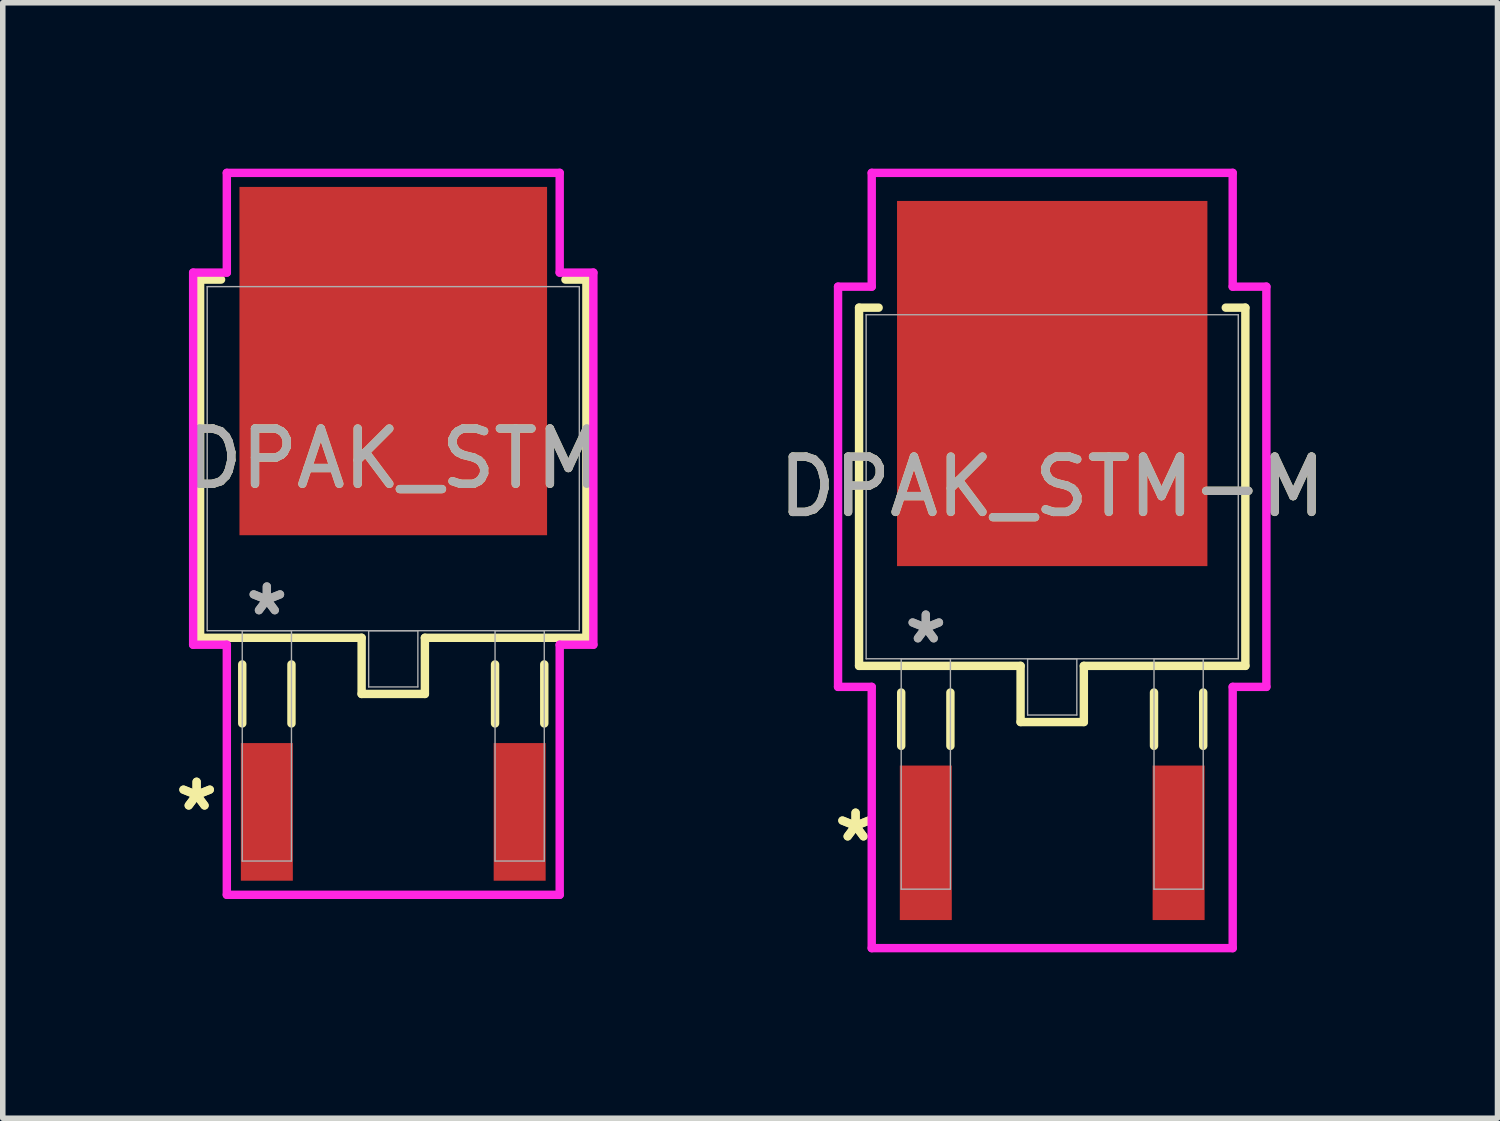
<source format=kicad_pcb>
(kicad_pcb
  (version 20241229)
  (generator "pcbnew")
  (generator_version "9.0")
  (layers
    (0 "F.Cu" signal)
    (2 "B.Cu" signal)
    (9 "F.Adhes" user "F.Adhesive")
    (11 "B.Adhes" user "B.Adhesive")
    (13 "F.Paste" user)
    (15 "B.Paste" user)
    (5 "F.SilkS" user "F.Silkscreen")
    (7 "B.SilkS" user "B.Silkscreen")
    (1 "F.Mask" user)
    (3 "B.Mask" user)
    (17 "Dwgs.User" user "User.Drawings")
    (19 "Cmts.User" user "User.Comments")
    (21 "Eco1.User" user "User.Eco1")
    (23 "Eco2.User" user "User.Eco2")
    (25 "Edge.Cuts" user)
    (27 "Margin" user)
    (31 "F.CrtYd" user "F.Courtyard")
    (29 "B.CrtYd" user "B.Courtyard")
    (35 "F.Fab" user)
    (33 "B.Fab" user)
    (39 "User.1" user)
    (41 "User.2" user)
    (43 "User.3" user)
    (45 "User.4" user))
  (footprint "DPAK_STM"
    (layer "F.Cu")
    (at 4.062 5.245)
    (property "Reference" "DPAK_STM" (at 0 0 0) (unlocked yes) (layer "F.SilkS") (effects (font (size 1 1) (thickness 0.15))))
    (attr smd)
    (fp_line (start -3.493 -3.239) (end -3.493 3.239) (stroke (width 0.152) (type solid)) (layer "F.SilkS"))
    (fp_line (start -3.493 3.239) (end -0.572 3.239) (stroke (width 0.152) (type solid)) (layer "F.SilkS"))
    (fp_line (start -3.114 -3.239) (end -3.493 -3.239) (stroke (width 0.152) (type solid)) (layer "F.SilkS"))
    (fp_line (start -2.731 3.721) (end -2.731 4.788) (stroke (width 0.152) (type solid)) (layer "F.SilkS"))
    (fp_line (start -1.841 3.721) (end -1.841 4.788) (stroke (width 0.152) (type solid)) (layer "F.SilkS"))
    (fp_line (start -0.572 3.239) (end -0.572 4.255) (stroke (width 0.152) (type solid)) (layer "F.SilkS"))
    (fp_line (start -0.572 4.255) (end 0.572 4.255) (stroke (width 0.152) (type solid)) (layer "F.SilkS"))
    (fp_line (start 0.572 3.239) (end 3.493 3.239) (stroke (width 0.152) (type solid)) (layer "F.SilkS"))
    (fp_line (start 0.572 4.255) (end 0.572 3.239) (stroke (width 0.152) (type solid)) (layer "F.SilkS"))
    (fp_line (start 1.841 3.721) (end 1.841 4.788) (stroke (width 0.152) (type solid)) (layer "F.SilkS"))
    (fp_line (start 2.731 3.721) (end 2.731 4.788) (stroke (width 0.152) (type solid)) (layer "F.SilkS"))
    (fp_line (start 3.493 -3.239) (end 3.114 -3.239) (stroke (width 0.152) (type solid)) (layer "F.SilkS"))
    (fp_line (start 3.493 3.239) (end 3.493 -3.239) (stroke (width 0.152) (type solid)) (layer "F.SilkS"))
    (fp_line (start -3.619 -3.365) (end -3.01 -3.365) (stroke (width 0.152) (type solid)) (layer "F.CrtYd"))
    (fp_line (start -3.619 3.365) (end -3.619 -3.365) (stroke (width 0.152) (type solid)) (layer "F.CrtYd"))
    (fp_line (start -3.01 -5.169) (end 3.01 -5.169) (stroke (width 0.152) (type solid)) (layer "F.CrtYd"))
    (fp_line (start -3.01 -3.365) (end -3.01 -5.169) (stroke (width 0.152) (type solid)) (layer "F.CrtYd"))
    (fp_line (start -3.01 3.365) (end -3.619 3.365) (stroke (width 0.152) (type solid)) (layer "F.CrtYd"))
    (fp_line (start -3.01 7.887) (end -3.01 3.365) (stroke (width 0.152) (type solid)) (layer "F.CrtYd"))
    (fp_line (start 3.01 -5.169) (end 3.01 -3.365) (stroke (width 0.152) (type solid)) (layer "F.CrtYd"))
    (fp_line (start 3.01 -3.365) (end 3.619 -3.365) (stroke (width 0.152) (type solid)) (layer "F.CrtYd"))
    (fp_line (start 3.01 3.365) (end 3.01 7.887) (stroke (width 0.152) (type solid)) (layer "F.CrtYd"))
    (fp_line (start 3.01 7.887) (end -3.01 7.887) (stroke (width 0.152) (type solid)) (layer "F.CrtYd"))
    (fp_line (start 3.619 -3.365) (end 3.619 3.365) (stroke (width 0.152) (type solid)) (layer "F.CrtYd"))
    (fp_line (start 3.619 3.365) (end 3.01 3.365) (stroke (width 0.152) (type solid)) (layer "F.CrtYd"))
    (fp_line (start -3.365 -3.111) (end -3.365 3.111) (stroke (width 0.025) (type solid)) (layer "F.Fab"))
    (fp_line (start -3.365 3.111) (end 3.365 3.111) (stroke (width 0.025) (type solid)) (layer "F.Fab"))
    (fp_line (start -2.731 3.111) (end -2.731 7.277) (stroke (width 0.025) (type solid)) (layer "F.Fab"))
    (fp_line (start -2.731 7.277) (end -1.841 7.277) (stroke (width 0.025) (type solid)) (layer "F.Fab"))
    (fp_line (start -1.841 3.111) (end -2.731 3.111) (stroke (width 0.025) (type solid)) (layer "F.Fab"))
    (fp_line (start -1.841 7.277) (end -1.841 3.111) (stroke (width 0.025) (type solid)) (layer "F.Fab"))
    (fp_line (start -0.445 3.111) (end -0.445 4.128) (stroke (width 0.025) (type solid)) (layer "F.Fab"))
    (fp_line (start -0.445 4.128) (end 0.445 4.128) (stroke (width 0.025) (type solid)) (layer "F.Fab"))
    (fp_line (start 0.445 3.111) (end -0.445 3.111) (stroke (width 0.025) (type solid)) (layer "F.Fab"))
    (fp_line (start 0.445 4.128) (end 0.445 3.111) (stroke (width 0.025) (type solid)) (layer "F.Fab"))
    (fp_line (start 1.841 3.111) (end 1.841 7.277) (stroke (width 0.025) (type solid)) (layer "F.Fab"))
    (fp_line (start 1.841 7.277) (end 2.731 7.277) (stroke (width 0.025) (type solid)) (layer "F.Fab"))
    (fp_line (start 2.731 3.111) (end 1.841 3.111) (stroke (width 0.025) (type solid)) (layer "F.Fab"))
    (fp_line (start 2.731 7.277) (end 2.731 3.111) (stroke (width 0.025) (type solid)) (layer "F.Fab"))
    (fp_line (start 3.365 -3.111) (end -3.365 -3.111) (stroke (width 0.025) (type solid)) (layer "F.Fab"))
    (fp_line (start 3.365 3.111) (end 3.365 -3.111) (stroke (width 0.025) (type solid)) (layer "F.Fab"))
    (fp_text user "*" (at -3.556 6.388 0) (layer "F.SilkS") (effects (font (size 1 1) (thickness 0.15))))
    (fp_text user "*" (at -3.556 6.388 0) (unlocked yes) (layer "F.SilkS") (effects (font (size 1 1) (thickness 0.15))))
    (fp_text user "*" (at -2.286 2.857 0) (unlocked yes) (layer "F.Fab") (effects (font (size 1 1) (thickness 0.15))))
    (fp_text user "${REFERENCE}" (at 0 0 0) (unlocked yes) (layer "F.Fab") (effects (font (size 1 1) (thickness 0.15))))
    (fp_text user "*" (at -2.286 2.857 0) (layer "F.Fab") (effects (font (size 1 1) (thickness 0.15))))
    (pad "1" smd rect (at -2.286 6.388) (size 0.94 2.489) (layers "F.Cu" "F.Mask" "F.Paste"))
    (pad "2" smd rect (at 2.286 6.388) (size 0.94 2.489) (layers "F.Cu" "F.Mask" "F.Paste"))
    (pad "3" smd rect (at 0 -1.765) (size 5.563 6.299) (layers "F.Cu" "F.Mask" "F.Paste")))
  (footprint "DPAK_STM-M"
    (layer "F.Cu")
    (at 15.979 5.753)
    (property "Reference" "DPAK_STM-M" (at 0 0 0) (unlocked yes) (layer "F.SilkS") (effects (font (size 1 1) (thickness 0.15))))
    (attr smd)
    (fp_line (start -3.493 -3.239) (end -3.493 3.239) (stroke (width 0.152) (type solid)) (layer "F.SilkS"))
    (fp_line (start -3.493 3.239) (end -0.572 3.239) (stroke (width 0.152) (type solid)) (layer "F.SilkS"))
    (fp_line (start -3.139 -3.239) (end -3.493 -3.239) (stroke (width 0.152) (type solid)) (layer "F.SilkS"))
    (fp_line (start -2.731 3.721) (end -2.731 4.686) (stroke (width 0.152) (type solid)) (layer "F.SilkS"))
    (fp_line (start -1.841 3.721) (end -1.841 4.686) (stroke (width 0.152) (type solid)) (layer "F.SilkS"))
    (fp_line (start -0.572 3.239) (end -0.572 4.255) (stroke (width 0.152) (type solid)) (layer "F.SilkS"))
    (fp_line (start -0.572 4.255) (end 0.572 4.255) (stroke (width 0.152) (type solid)) (layer "F.SilkS"))
    (fp_line (start 0.572 3.239) (end 3.493 3.239) (stroke (width 0.152) (type solid)) (layer "F.SilkS"))
    (fp_line (start 0.572 4.255) (end 0.572 3.239) (stroke (width 0.152) (type solid)) (layer "F.SilkS"))
    (fp_line (start 1.841 3.721) (end 1.841 4.686) (stroke (width 0.152) (type solid)) (layer "F.SilkS"))
    (fp_line (start 2.731 3.721) (end 2.731 4.686) (stroke (width 0.152) (type solid)) (layer "F.SilkS"))
    (fp_line (start 3.493 -3.239) (end 3.139 -3.239) (stroke (width 0.152) (type solid)) (layer "F.SilkS"))
    (fp_line (start 3.493 3.239) (end 3.493 -3.239) (stroke (width 0.152) (type solid)) (layer "F.SilkS"))
    (fp_line (start -3.873 -3.619) (end -3.264 -3.619) (stroke (width 0.152) (type solid)) (layer "F.CrtYd"))
    (fp_line (start -3.873 3.619) (end -3.873 -3.619) (stroke (width 0.152) (type solid)) (layer "F.CrtYd"))
    (fp_line (start -3.264 -5.677) (end 3.264 -5.677) (stroke (width 0.152) (type solid)) (layer "F.CrtYd"))
    (fp_line (start -3.264 -3.619) (end -3.264 -5.677) (stroke (width 0.152) (type solid)) (layer "F.CrtYd"))
    (fp_line (start -3.264 3.619) (end -3.873 3.619) (stroke (width 0.152) (type solid)) (layer "F.CrtYd"))
    (fp_line (start -3.264 8.344) (end -3.264 3.619) (stroke (width 0.152) (type solid)) (layer "F.CrtYd"))
    (fp_line (start 3.264 -5.677) (end 3.264 -3.619) (stroke (width 0.152) (type solid)) (layer "F.CrtYd"))
    (fp_line (start 3.264 -3.619) (end 3.873 -3.619) (stroke (width 0.152) (type solid)) (layer "F.CrtYd"))
    (fp_line (start 3.264 3.619) (end 3.264 8.344) (stroke (width 0.152) (type solid)) (layer "F.CrtYd"))
    (fp_line (start 3.264 8.344) (end -3.264 8.344) (stroke (width 0.152) (type solid)) (layer "F.CrtYd"))
    (fp_line (start 3.873 -3.619) (end 3.873 3.619) (stroke (width 0.152) (type solid)) (layer "F.CrtYd"))
    (fp_line (start 3.873 3.619) (end 3.264 3.619) (stroke (width 0.152) (type solid)) (layer "F.CrtYd"))
    (fp_line (start -3.365 -3.111) (end -3.365 3.111) (stroke (width 0.025) (type solid)) (layer "F.Fab"))
    (fp_line (start -3.365 3.111) (end 3.365 3.111) (stroke (width 0.025) (type solid)) (layer "F.Fab"))
    (fp_line (start -2.731 3.111) (end -2.731 7.277) (stroke (width 0.025) (type solid)) (layer "F.Fab"))
    (fp_line (start -2.731 7.277) (end -1.841 7.277) (stroke (width 0.025) (type solid)) (layer "F.Fab"))
    (fp_line (start -1.841 3.111) (end -2.731 3.111) (stroke (width 0.025) (type solid)) (layer "F.Fab"))
    (fp_line (start -1.841 7.277) (end -1.841 3.111) (stroke (width 0.025) (type solid)) (layer "F.Fab"))
    (fp_line (start -0.445 3.111) (end -0.445 4.128) (stroke (width 0.025) (type solid)) (layer "F.Fab"))
    (fp_line (start -0.445 4.128) (end 0.445 4.128) (stroke (width 0.025) (type solid)) (layer "F.Fab"))
    (fp_line (start 0.445 3.111) (end -0.445 3.111) (stroke (width 0.025) (type solid)) (layer "F.Fab"))
    (fp_line (start 0.445 4.128) (end 0.445 3.111) (stroke (width 0.025) (type solid)) (layer "F.Fab"))
    (fp_line (start 1.841 3.111) (end 1.841 7.277) (stroke (width 0.025) (type solid)) (layer "F.Fab"))
    (fp_line (start 1.841 7.277) (end 2.731 7.277) (stroke (width 0.025) (type solid)) (layer "F.Fab"))
    (fp_line (start 2.731 3.111) (end 1.841 3.111) (stroke (width 0.025) (type solid)) (layer "F.Fab"))
    (fp_line (start 2.731 7.277) (end 2.731 3.111) (stroke (width 0.025) (type solid)) (layer "F.Fab"))
    (fp_line (start 3.365 -3.111) (end -3.365 -3.111) (stroke (width 0.025) (type solid)) (layer "F.Fab"))
    (fp_line (start 3.365 3.111) (end 3.365 -3.111) (stroke (width 0.025) (type solid)) (layer "F.Fab"))
    (fp_text user "*" (at -3.556 6.439 0) (unlocked yes) (layer "F.SilkS") (effects (font (size 1 1) (thickness 0.15))))
    (fp_text user "*" (at -3.556 6.439 0) (layer "F.SilkS") (effects (font (size 1 1) (thickness 0.15))))
    (fp_text user "*" (at -2.286 2.857 0) (layer "F.Fab") (effects (font (size 1 1) (thickness 0.15))))
    (fp_text user "${REFERENCE}" (at 0 0 0) (unlocked yes) (layer "F.Fab") (effects (font (size 1 1) (thickness 0.15))))
    (fp_text user "*" (at -2.286 2.857 0) (unlocked yes) (layer "F.Fab") (effects (font (size 1 1) (thickness 0.15))))
    (pad "1" smd rect (at -2.286 6.439) (size 0.94 2.794) (layers "F.Cu" "F.Mask" "F.Paste"))
    (pad "2" smd rect (at 2.286 6.439) (size 0.94 2.794) (layers "F.Cu" "F.Mask" "F.Paste"))
    (pad "3" smd rect (at 0 -1.867) (size 5.613 6.604) (layers "F.Cu" "F.Mask" "F.Paste")))
  (gr_rect
    (start -3 -3)
    (end 24.032 17.173)
    (stroke (width 0.1) (type default))
    (fill no)
    (layer "Edge.Cuts")))
</source>
